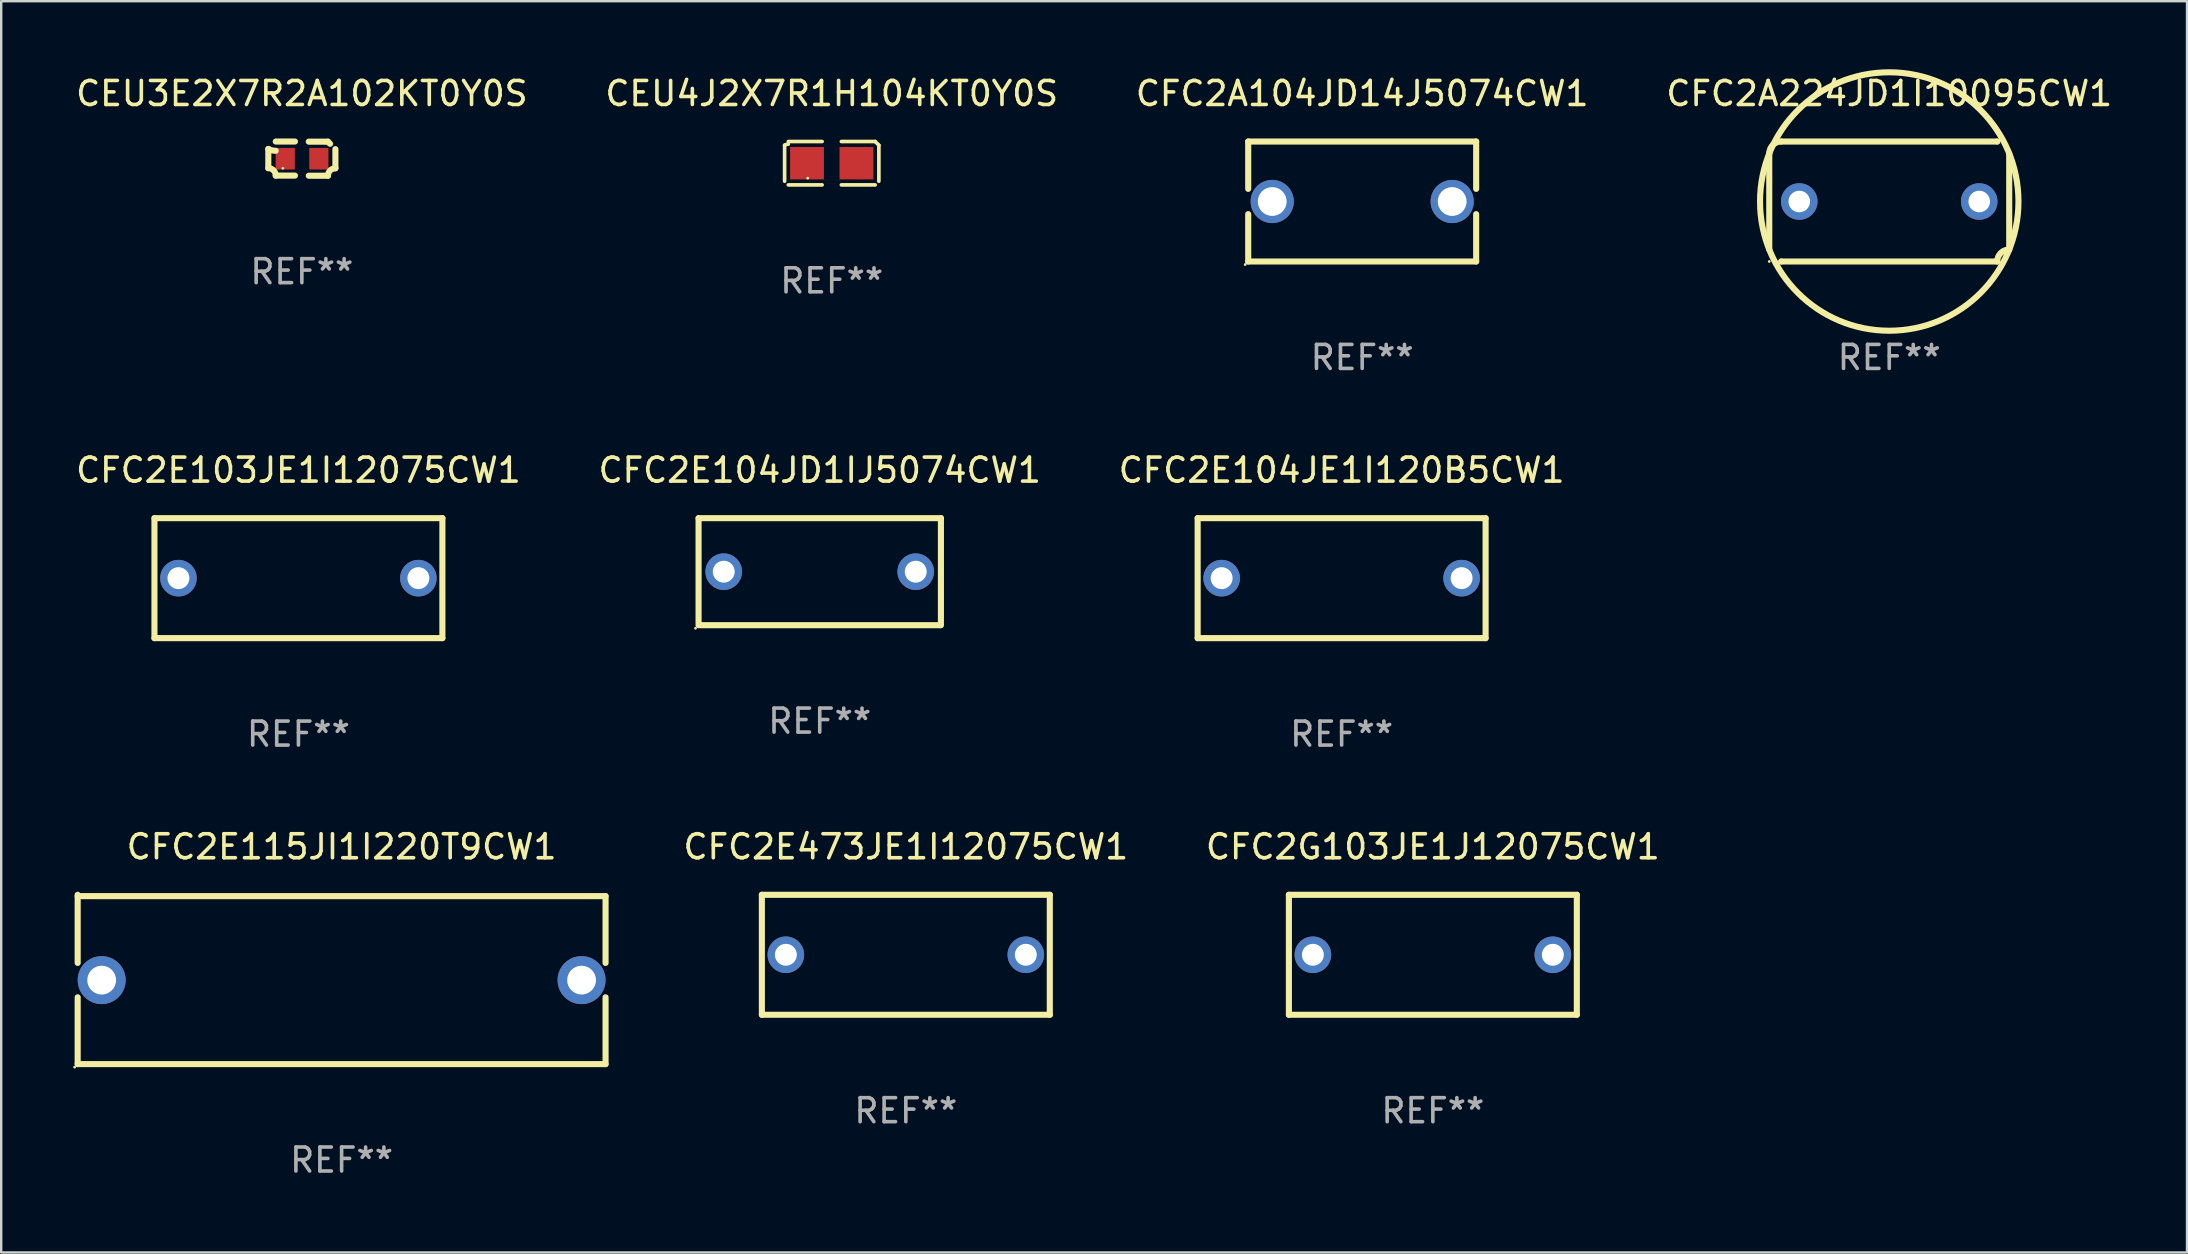
<source format=kicad_pcb>
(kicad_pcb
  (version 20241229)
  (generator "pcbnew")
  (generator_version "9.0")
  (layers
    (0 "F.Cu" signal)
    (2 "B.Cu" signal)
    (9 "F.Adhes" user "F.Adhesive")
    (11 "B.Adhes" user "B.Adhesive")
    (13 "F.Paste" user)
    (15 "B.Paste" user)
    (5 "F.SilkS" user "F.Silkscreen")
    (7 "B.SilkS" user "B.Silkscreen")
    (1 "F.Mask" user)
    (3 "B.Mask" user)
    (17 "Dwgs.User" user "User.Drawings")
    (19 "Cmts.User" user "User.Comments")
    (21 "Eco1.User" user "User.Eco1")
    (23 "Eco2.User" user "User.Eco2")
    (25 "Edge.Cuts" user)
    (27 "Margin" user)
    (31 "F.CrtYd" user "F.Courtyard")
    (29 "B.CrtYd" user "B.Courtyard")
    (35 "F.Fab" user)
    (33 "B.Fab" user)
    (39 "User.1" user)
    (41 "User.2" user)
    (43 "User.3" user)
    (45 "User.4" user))
  (footprint "CFC2E104JE1I120B5CW1"
    (layer "F.Cu")
    (at 52.863 21.045)
    (property "Reference" "CFC2E104JE1I120B5CW1" (at 0 -4.5 0) (layer "F.SilkS") (effects (font (size 1 1) (thickness 0.15))))
    (attr through_hole)
    (fp_line (start -6 -2.5) (end 6 -2.5) (stroke (width 0.254) (type solid)) (layer "F.SilkS"))
    (fp_line (start -6 2.5) (end -6 -2.5) (stroke (width 0.254) (type solid)) (layer "F.SilkS"))
    (fp_line (start 6 -2.5) (end 6 2.5) (stroke (width 0.254) (type solid)) (layer "F.SilkS"))
    (fp_line (start 6 2.5) (end -6 2.5) (stroke (width 0.254) (type solid)) (layer "F.SilkS"))
    (fp_circle (center -6 2.5) (end -5.97 2.5) (stroke (width 0.06) (type solid)) (fill no) (layer "F.SilkS"))
    (fp_text user "REF**" (at 0 6.5 0) (layer "F.Fab") (effects (font (size 1 1) (thickness 0.15))))
    (pad "1" thru_hole circle (at -5 0) (size 1.524 1.524) (drill 0.914) (layers "*.Cu" "*.Mask"))
    (pad "2" thru_hole circle (at 5 0) (size 1.524 1.524) (drill 0.914) (layers "*.Cu" "*.Mask")))
  (footprint "CEU4J2X7R1H104KT0Y0S"
    (layer "F.Cu")
    (at 31.613 3.752)
    (property "Reference" "CEU4J2X7R1H104KT0Y0S" (at 0 -2.904 0) (layer "F.SilkS") (effects (font (size 1 1) (thickness 0.15))))
    (attr through_hole)
    (fp_line (start -1.964 0.751) (end -1.964 -0.751) (stroke (width 0.152) (type solid)) (layer "F.SilkS"))
    (fp_line (start -1.811 -0.904) (end -0.401 -0.904) (stroke (width 0.152) (type solid)) (layer "F.SilkS"))
    (fp_line (start -0.401 0.904) (end -1.811 0.904) (stroke (width 0.152) (type solid)) (layer "F.SilkS"))
    (fp_line (start 0.401 0.904) (end 1.811 0.904) (stroke (width 0.152) (type solid)) (layer "F.SilkS"))
    (fp_line (start 1.811 -0.904) (end 0.401 -0.904) (stroke (width 0.152) (type solid)) (layer "F.SilkS"))
    (fp_line (start 1.964 0.751) (end 1.964 -0.751) (stroke (width 0.152) (type solid)) (layer "F.SilkS"))
    (fp_arc (start -1.963602 -0.751207) (mid -1.890354 -0.783131) (end -1.811201 -0.794044) (stroke (width 0.1524) (type solid)) (layer "F.SilkS"))
    (fp_arc (start 1.811202 -0.903607) (mid 1.887413 -0.827418) (end 1.963602 -0.751207) (stroke (width 0.1524) (type solid)) (layer "F.SilkS"))
    (fp_circle (center -1 0.625) (end -0.97 0.625) (stroke (width 0.06) (type solid)) (fill no) (layer "F.SilkS"))
    (fp_text user "REF**" (at 0 4.904 0) (layer "F.Fab") (effects (font (size 1 1) (thickness 0.15))))
    (pad "1" smd rect (at -1.03 0) (size 1.41 1.35) (layers "F.Cu" "F.Mask" "F.Paste"))
    (pad "2" smd rect (at 1.03 0) (size 1.41 1.35) (layers "F.Cu" "F.Mask" "F.Paste")))
  (footprint "CFC2E103JE1I12075CW1"
    (layer "F.Cu")
    (at 9.387 21.045)
    (property "Reference" "CFC2E103JE1I12075CW1" (at 0 -4.5 0) (layer "F.SilkS") (effects (font (size 1 1) (thickness 0.15))))
    (attr through_hole)
    (fp_line (start -6 -2.5) (end 6 -2.5) (stroke (width 0.254) (type solid)) (layer "F.SilkS"))
    (fp_line (start -6 2.5) (end -6 -2.5) (stroke (width 0.254) (type solid)) (layer "F.SilkS"))
    (fp_line (start 6 -2.5) (end 6 2.5) (stroke (width 0.254) (type solid)) (layer "F.SilkS"))
    (fp_line (start 6 2.5) (end -6 2.5) (stroke (width 0.254) (type solid)) (layer "F.SilkS"))
    (fp_circle (center -6 2.5) (end -5.97 2.5) (stroke (width 0.06) (type solid)) (fill no) (layer "F.SilkS"))
    (fp_text user "REF**" (at 0 6.5 0) (layer "F.Fab") (effects (font (size 1 1) (thickness 0.15))))
    (pad "1" thru_hole circle (at -5 0) (size 1.524 1.524) (drill 0.914) (layers "*.Cu" "*.Mask"))
    (pad "2" thru_hole circle (at 5 0) (size 1.524 1.524) (drill 0.914) (layers "*.Cu" "*.Mask")))
  (footprint "CFC2E104JD1IJ5074CW1"
    (layer "F.Cu")
    (at 31.113 20.775)
    (property "Reference" "CFC2E104JD1IJ5074CW1" (at 0 -4.23 0) (layer "F.SilkS") (effects (font (size 1 1) (thickness 0.15))))
    (attr through_hole)
    (fp_line (start -5.05 -2.23) (end 5.05 -2.23) (stroke (width 0.254) (type solid)) (layer "F.SilkS"))
    (fp_line (start -5.05 2.23) (end -5.05 -2.23) (stroke (width 0.254) (type solid)) (layer "F.SilkS"))
    (fp_line (start 5.02 2.23) (end -4.98 2.23) (stroke (width 0.254) (type solid)) (layer "F.SilkS"))
    (fp_line (start 5.05 -2.23) (end 5.05 2.23) (stroke (width 0.254) (type solid)) (layer "F.SilkS"))
    (fp_circle (center -5.177 2.357) (end -5.147 2.357) (stroke (width 0.06) (type solid)) (fill no) (layer "F.SilkS"))
    (fp_text user "REF**" (at 0 6.23 0) (layer "F.Fab") (effects (font (size 1 1) (thickness 0.15))))
    (pad "1" thru_hole circle (at -4.001 0.000064) (size 1.524 1.524) (drill 0.914) (layers "*.Cu" "*.Mask"))
    (pad "2" thru_hole circle (at 4 0.000064) (size 1.524 1.524) (drill 0.914) (layers "*.Cu" "*.Mask")))
  (footprint "CFC2A104JD14J5074CW1"
    (layer "F.Cu")
    (at 53.72 5.348)
    (property "Reference" "CFC2A104JD14J5074CW1" (at 0 -4.5 0) (layer "F.SilkS") (effects (font (size 1 1) (thickness 0.15))))
    (attr through_hole)
    (fp_line (start -4.75 -2.5) (end -4.75 -0.526) (stroke (width 0.254) (type solid)) (layer "F.SilkS"))
    (fp_line (start -4.75 -2.5) (end 4.75 -2.5) (stroke (width 0.254) (type solid)) (layer "F.SilkS"))
    (fp_line (start -4.75 0.526) (end -4.75 2.5) (stroke (width 0.254) (type solid)) (layer "F.SilkS"))
    (fp_line (start 4.75 2.5) (end -4.75 2.5) (stroke (width 0.254) (type solid)) (layer "F.SilkS"))
    (fp_line (start 4.75 -2.5) (end 4.75 -0.526) (stroke (width 0.254) (type solid)) (layer "F.SilkS"))
    (fp_line (start 4.75 0.526) (end 4.75 2.5) (stroke (width 0.254) (type solid)) (layer "F.SilkS"))
    (fp_circle (center -4.877 2.627) (end -4.847 2.627) (stroke (width 0.06) (type solid)) (fill no) (layer "F.SilkS"))
    (fp_text user "REF**" (at 0 6.5 0) (layer "F.Fab") (effects (font (size 1 1) (thickness 0.15))))
    (pad "1" thru_hole circle (at -3.75 0) (size 1.8 1.8) (drill 1.2) (layers "*.Cu" "*.Mask"))
    (pad "2" thru_hole circle (at 3.75 0) (size 1.8 1.8) (drill 1.2) (layers "*.Cu" "*.Mask")))
  (footprint "CFC2A224JD1I10095CW1"
    (layer "F.Cu")
    (at 75.685 5.348)
    (property "Reference" "CFC2A224JD1I10095CW1" (at 0 -4.5 0) (layer "F.SilkS") (effects (font (size 1 1) (thickness 0.15))))
    (attr through_hole)
    (fp_line (start -5 2) (end -5 -2) (stroke (width 0.254) (type solid)) (layer "F.SilkS"))
    (fp_line (start -4.5 -2.5) (end 4.5 -2.5) (stroke (width 0.254) (type solid)) (layer "F.SilkS"))
    (fp_line (start -4.5 2.5) (end -4.5 2.5) (stroke (width 0.254) (type solid)) (layer "F.SilkS"))
    (fp_line (start 4.5 -2.5) (end 4.5 -2.5) (stroke (width 0.254) (type solid)) (layer "F.SilkS"))
    (fp_line (start 4.5 2.5) (end -4.5 2.5) (stroke (width 0.254) (type solid)) (layer "F.SilkS"))
    (fp_line (start 5 -2) (end 5 2) (stroke (width 0.254) (type solid)) (layer "F.SilkS"))
    (fp_arc (start -5.000052 -2.000038) (mid -4.8536 -2.353579) (end -4.500051 -2.500013) (stroke (width 0.254001) (type solid)) (layer "F.SilkS"))
    (fp_arc (start -5 2.000013) (mid 4.999978 -1.999991) (end -5 2.000013) (stroke (width 0.254001) (type solid)) (layer "F.SilkS"))
    (fp_arc (start 4.500051 2.499987) (mid 4.646507 2.14645) (end 5.000052 2.000013) (stroke (width 0.254001) (type solid)) (layer "F.SilkS"))
    (fp_circle (center -5 2.5) (end -4.97 2.5) (stroke (width 0.06) (type solid)) (fill no) (layer "F.SilkS"))
    (fp_text user "REF**" (at 0 6.5 0) (layer "F.Fab") (effects (font (size 1 1) (thickness 0.15))))
    (pad "1" thru_hole circle (at -3.75 -0.000013) (size 1.524 1.524) (drill 0.9) (layers "*.Cu" "*.Mask"))
    (pad "2" thru_hole circle (at 3.75 -0.000013) (size 1.524 1.524) (drill 0.9) (layers "*.Cu" "*.Mask")))
  (footprint "CFC2G103JE1J12075CW1"
    (layer "F.Cu")
    (at 56.665 36.741)
    (property "Reference" "CFC2G103JE1J12075CW1" (at 0 -4.5 0) (layer "F.SilkS") (effects (font (size 1 1) (thickness 0.15))))
    (attr through_hole)
    (fp_line (start -6 -2.5) (end 6 -2.5) (stroke (width 0.254) (type solid)) (layer "F.SilkS"))
    (fp_line (start -6 2.5) (end -6 -2.5) (stroke (width 0.254) (type solid)) (layer "F.SilkS"))
    (fp_line (start 6 -2.5) (end 6 2.5) (stroke (width 0.254) (type solid)) (layer "F.SilkS"))
    (fp_line (start 6 2.5) (end -6 2.5) (stroke (width 0.254) (type solid)) (layer "F.SilkS"))
    (fp_circle (center -6 2.5) (end -5.97 2.5) (stroke (width 0.06) (type solid)) (fill no) (layer "F.SilkS"))
    (fp_text user "REF**" (at 0 6.5 0) (layer "F.Fab") (effects (font (size 1 1) (thickness 0.15))))
    (pad "1" thru_hole circle (at -5 0) (size 1.524 1.524) (drill 0.914) (layers "*.Cu" "*.Mask"))
    (pad "2" thru_hole circle (at 5 0) (size 1.524 1.524) (drill 0.914) (layers "*.Cu" "*.Mask")))
  (footprint "CFC2E115JI1I220T9CW1"
    (layer "F.Cu")
    (at 11.187 37.769)
    (property "Reference" "CFC2E115JI1I220T9CW1" (at 0 -5.528 0) (layer "F.SilkS") (effects (font (size 1 1) (thickness 0.15))))
    (attr through_hole)
    (fp_line (start -11 -3.472) (end 11 -3.472) (stroke (width 0.254) (type solid)) (layer "F.SilkS"))
    (fp_line (start -11 -0.688) (end -11 -3.528) (stroke (width 0.254) (type solid)) (layer "F.SilkS"))
    (fp_line (start -11 3.528) (end -11 0.744) (stroke (width 0.254) (type solid)) (layer "F.SilkS"))
    (fp_line (start 11 -3.472) (end 11 -0.688) (stroke (width 0.254) (type solid)) (layer "F.SilkS"))
    (fp_line (start 11 0.744) (end 11 3.528) (stroke (width 0.254) (type solid)) (layer "F.SilkS"))
    (fp_line (start 11 3.528) (end -11 3.528) (stroke (width 0.254) (type solid)) (layer "F.SilkS"))
    (fp_circle (center -11.127 3.655) (end -11.097 3.655) (stroke (width 0.06) (type solid)) (fill no) (layer "F.SilkS"))
    (fp_text user "REF**" (at 0 7.528 0) (layer "F.Fab") (effects (font (size 1 1) (thickness 0.15))))
    (pad "1" thru_hole circle (at -10 0.028) (size 2 2) (drill 1.2) (layers "*.Cu" "*.Mask"))
    (pad "2" thru_hole circle (at 10 0.028) (size 2 2) (drill 1.2) (layers "*.Cu" "*.Mask")))
  (footprint "CFC2E473JE1I12075CW1"
    (layer "F.Cu")
    (at 34.701 36.741)
    (property "Reference" "CFC2E473JE1I12075CW1" (at 0 -4.5 0) (layer "F.SilkS") (effects (font (size 1 1) (thickness 0.15))))
    (attr through_hole)
    (fp_line (start -6 -2.5) (end 6 -2.5) (stroke (width 0.254) (type solid)) (layer "F.SilkS"))
    (fp_line (start -6 2.5) (end -6 -2.5) (stroke (width 0.254) (type solid)) (layer "F.SilkS"))
    (fp_line (start 6 -2.5) (end 6 2.5) (stroke (width 0.254) (type solid)) (layer "F.SilkS"))
    (fp_line (start 6 2.5) (end -6 2.5) (stroke (width 0.254) (type solid)) (layer "F.SilkS"))
    (fp_circle (center -6 2.5) (end -5.97 2.5) (stroke (width 0.06) (type solid)) (fill no) (layer "F.SilkS"))
    (fp_text user "REF**" (at 0 6.5 0) (layer "F.Fab") (effects (font (size 1 1) (thickness 0.15))))
    (pad "1" thru_hole circle (at -5 0) (size 1.524 1.524) (drill 0.914) (layers "*.Cu" "*.Mask"))
    (pad "2" thru_hole circle (at 5 0) (size 1.524 1.524) (drill 0.914) (layers "*.Cu" "*.Mask")))
  (footprint "CEU3E2X7R2A102KT0Y0S"
    (layer "F.Cu")
    (at 9.53 3.561)
    (property "Reference" "CEU3E2X7R2A102KT0Y0S" (at 0 -2.713 0) (layer "F.SilkS") (effects (font (size 1 1) (thickness 0.15))))
    (attr through_hole)
    (fp_line (start -1.398 -0.403) (end -1.398 0.397) (stroke (width 0.254) (type solid)) (layer "F.SilkS"))
    (fp_line (start -0.288 -0.713) (end -1.088 -0.713) (stroke (width 0.254) (type solid)) (layer "F.SilkS"))
    (fp_line (start -0.288 0.707) (end -1.088 0.707) (stroke (width 0.254) (type solid)) (layer "F.SilkS"))
    (fp_line (start 0.288 -0.707) (end 1.088 -0.707) (stroke (width 0.254) (type solid)) (layer "F.SilkS"))
    (fp_line (start 0.288 0.713) (end 1.088 0.713) (stroke (width 0.254) (type solid)) (layer "F.SilkS"))
    (fp_line (start 1.398 -0.397) (end 1.398 0.403) (stroke (width 0.254) (type solid)) (layer "F.SilkS"))
    (fp_arc (start -1.397789 0.397066) (mid -1.178701 0.487826) (end -1.08796 0.706922) (stroke (width 0.254001) (type solid)) (layer "F.SilkS"))
    (fp_arc (start -1.08796 -0.327176) (mid -1.247436 -0.346384) (end -1.39779 -0.402908) (stroke (width 0.254001) (type solid)) (layer "F.SilkS"))
    (fp_arc (start 1.087909 0.712738) (mid 1.178656 0.493655) (end 1.397739 0.402908) (stroke (width 0.254001) (type solid)) (layer "F.SilkS"))
    (fp_arc (start 1.175925 -0.618926) (mid 1.131917 -0.662923) (end 1.08791 -0.706922) (stroke (width 0.254001) (type solid)) (layer "F.SilkS"))
    (fp_circle (center -0.792 0.403) (end -0.762 0.403) (stroke (width 0.06) (type solid)) (fill no) (layer "F.SilkS"))
    (fp_text user "REF**" (at 0 4.713 0) (layer "F.Fab") (effects (font (size 1 1) (thickness 0.15))))
    (pad "1" smd rect (at -0.692 0.003) (size 0.8 0.9) (layers "F.Cu" "F.Mask" "F.Paste"))
    (pad "2" smd rect (at 0.708 0.003) (size 0.8 0.9) (layers "F.Cu" "F.Mask" "F.Paste")))
  (gr_rect
    (start -3 -3)
    (end 88.095 49.146)
    (stroke (width 0.1) (type default))
    (fill no)
    (layer "Edge.Cuts")))
</source>
